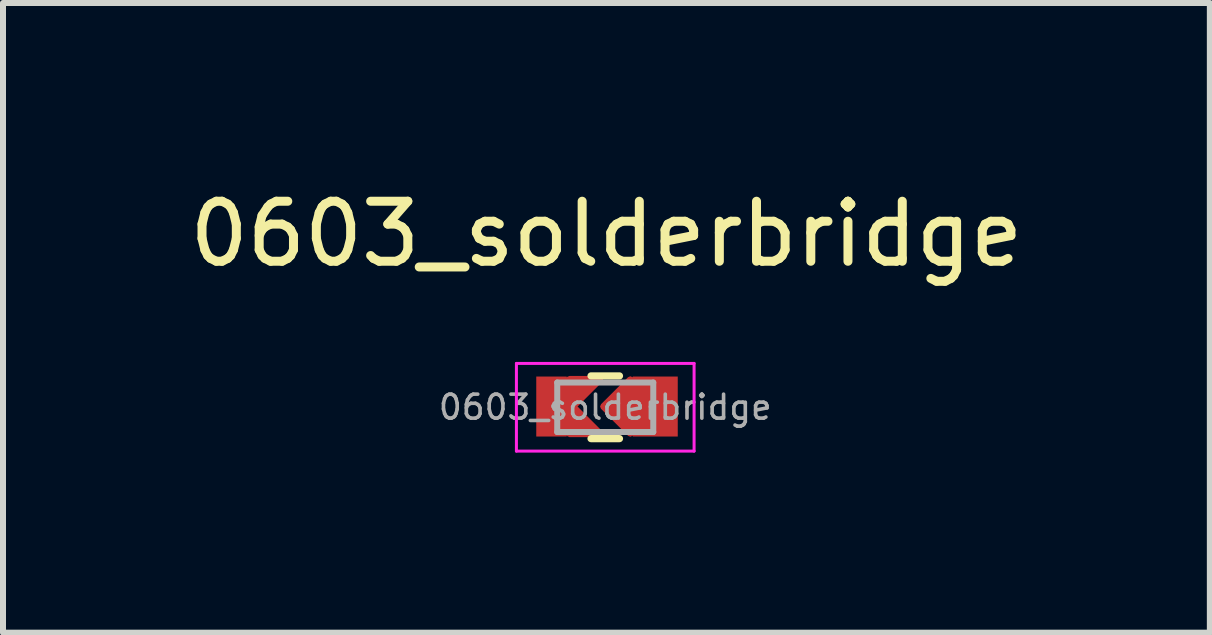
<source format=kicad_pcb>
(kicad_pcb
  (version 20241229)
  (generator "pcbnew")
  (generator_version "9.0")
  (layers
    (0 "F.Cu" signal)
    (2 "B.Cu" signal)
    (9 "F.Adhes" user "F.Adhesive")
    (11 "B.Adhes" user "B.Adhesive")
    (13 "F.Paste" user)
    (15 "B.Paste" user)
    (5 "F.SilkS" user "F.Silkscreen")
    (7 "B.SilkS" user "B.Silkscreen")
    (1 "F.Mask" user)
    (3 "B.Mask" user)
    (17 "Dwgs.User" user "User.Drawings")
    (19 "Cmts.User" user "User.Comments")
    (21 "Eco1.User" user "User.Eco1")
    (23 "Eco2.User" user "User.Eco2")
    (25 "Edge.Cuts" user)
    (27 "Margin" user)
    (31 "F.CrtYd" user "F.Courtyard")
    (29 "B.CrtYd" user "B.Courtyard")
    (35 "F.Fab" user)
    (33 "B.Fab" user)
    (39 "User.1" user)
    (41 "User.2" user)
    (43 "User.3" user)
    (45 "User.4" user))
  (footprint "0603_solderbridge"
    (layer "F.Cu")
    (at 7.054 3.748)
    (property "Reference" "0603_solderbridge" (at 0 -2.9 0) (unlocked yes) (layer "F.SilkS") (effects (font (size 1 1) (thickness 0.15))))
    (attr smd)
    (fp_rect (start -0.866 -0.541) (end 0.833 0.475) (stroke (width 0) (type solid)) (fill yes) (layer "F.Mask"))
    (fp_line (start -0.257 -0.535) (end 0.217 -0.535) (stroke (width 0.12) (type solid)) (layer "F.SilkS"))
    (fp_line (start -0.257 0.51) (end 0.217 0.51) (stroke (width 0.12) (type solid)) (layer "F.SilkS"))
    (fp_line (start -1.5 -0.743) (end 1.46 -0.743) (stroke (width 0.05) (type solid)) (layer "F.CrtYd"))
    (fp_line (start -1.5 0.718) (end -1.5 -0.743) (stroke (width 0.05) (type solid)) (layer "F.CrtYd"))
    (fp_line (start 1.46 -0.743) (end 1.46 0.718) (stroke (width 0.05) (type solid)) (layer "F.CrtYd"))
    (fp_line (start 1.46 0.718) (end -1.5 0.718) (stroke (width 0.05) (type solid)) (layer "F.CrtYd"))
    (fp_line (start -0.82 -0.425) (end 0.78 -0.425) (stroke (width 0.1) (type solid)) (layer "F.Fab"))
    (fp_line (start -0.82 0.4) (end -0.82 -0.425) (stroke (width 0.1) (type solid)) (layer "F.Fab"))
    (fp_line (start 0.78 -0.425) (end 0.78 0.4) (stroke (width 0.1) (type solid)) (layer "F.Fab"))
    (fp_line (start 0.78 0.4) (end -0.82 0.4) (stroke (width 0.1) (type solid)) (layer "F.Fab"))
    (fp_text user "${REFERENCE}" (at -0.02 -0.013 0) (layer "F.Fab") (effects (font (size 0.4 0.4) (thickness 0.06))))
    (pad "1" smd custom (at -0.916 -0.025) (size 0.507 1) (layers "F.Cu" "F.Mask") (options (anchor rect)) (primitives (gr_poly (pts (xy 0.3 -0.05) (xy 0.3 0.45) (xy 0.8 0.45)) (width 0.12) (fill yes)) (gr_poly (pts (xy 0.8 -0.45) (xy 0.3 -0.45) (xy 0.3 0.05)) (width 0.12) (fill yes))))
    (pad "2" smd custom (at 0.813 -0.025) (size 0.75 1) (layers "F.Cu" "F.Mask") (options (anchor rect)) (primitives (gr_poly (pts (xy -0.415 0.45) (xy -0.415 -0.45) (xy -0.865 0)) (width 0.108) (fill yes)))))
  (gr_rect
    (start -3 -3)
    (end 17.107 7.491)
    (stroke (width 0.1) (type default))
    (fill no)
    (layer "Edge.Cuts")))
</source>
